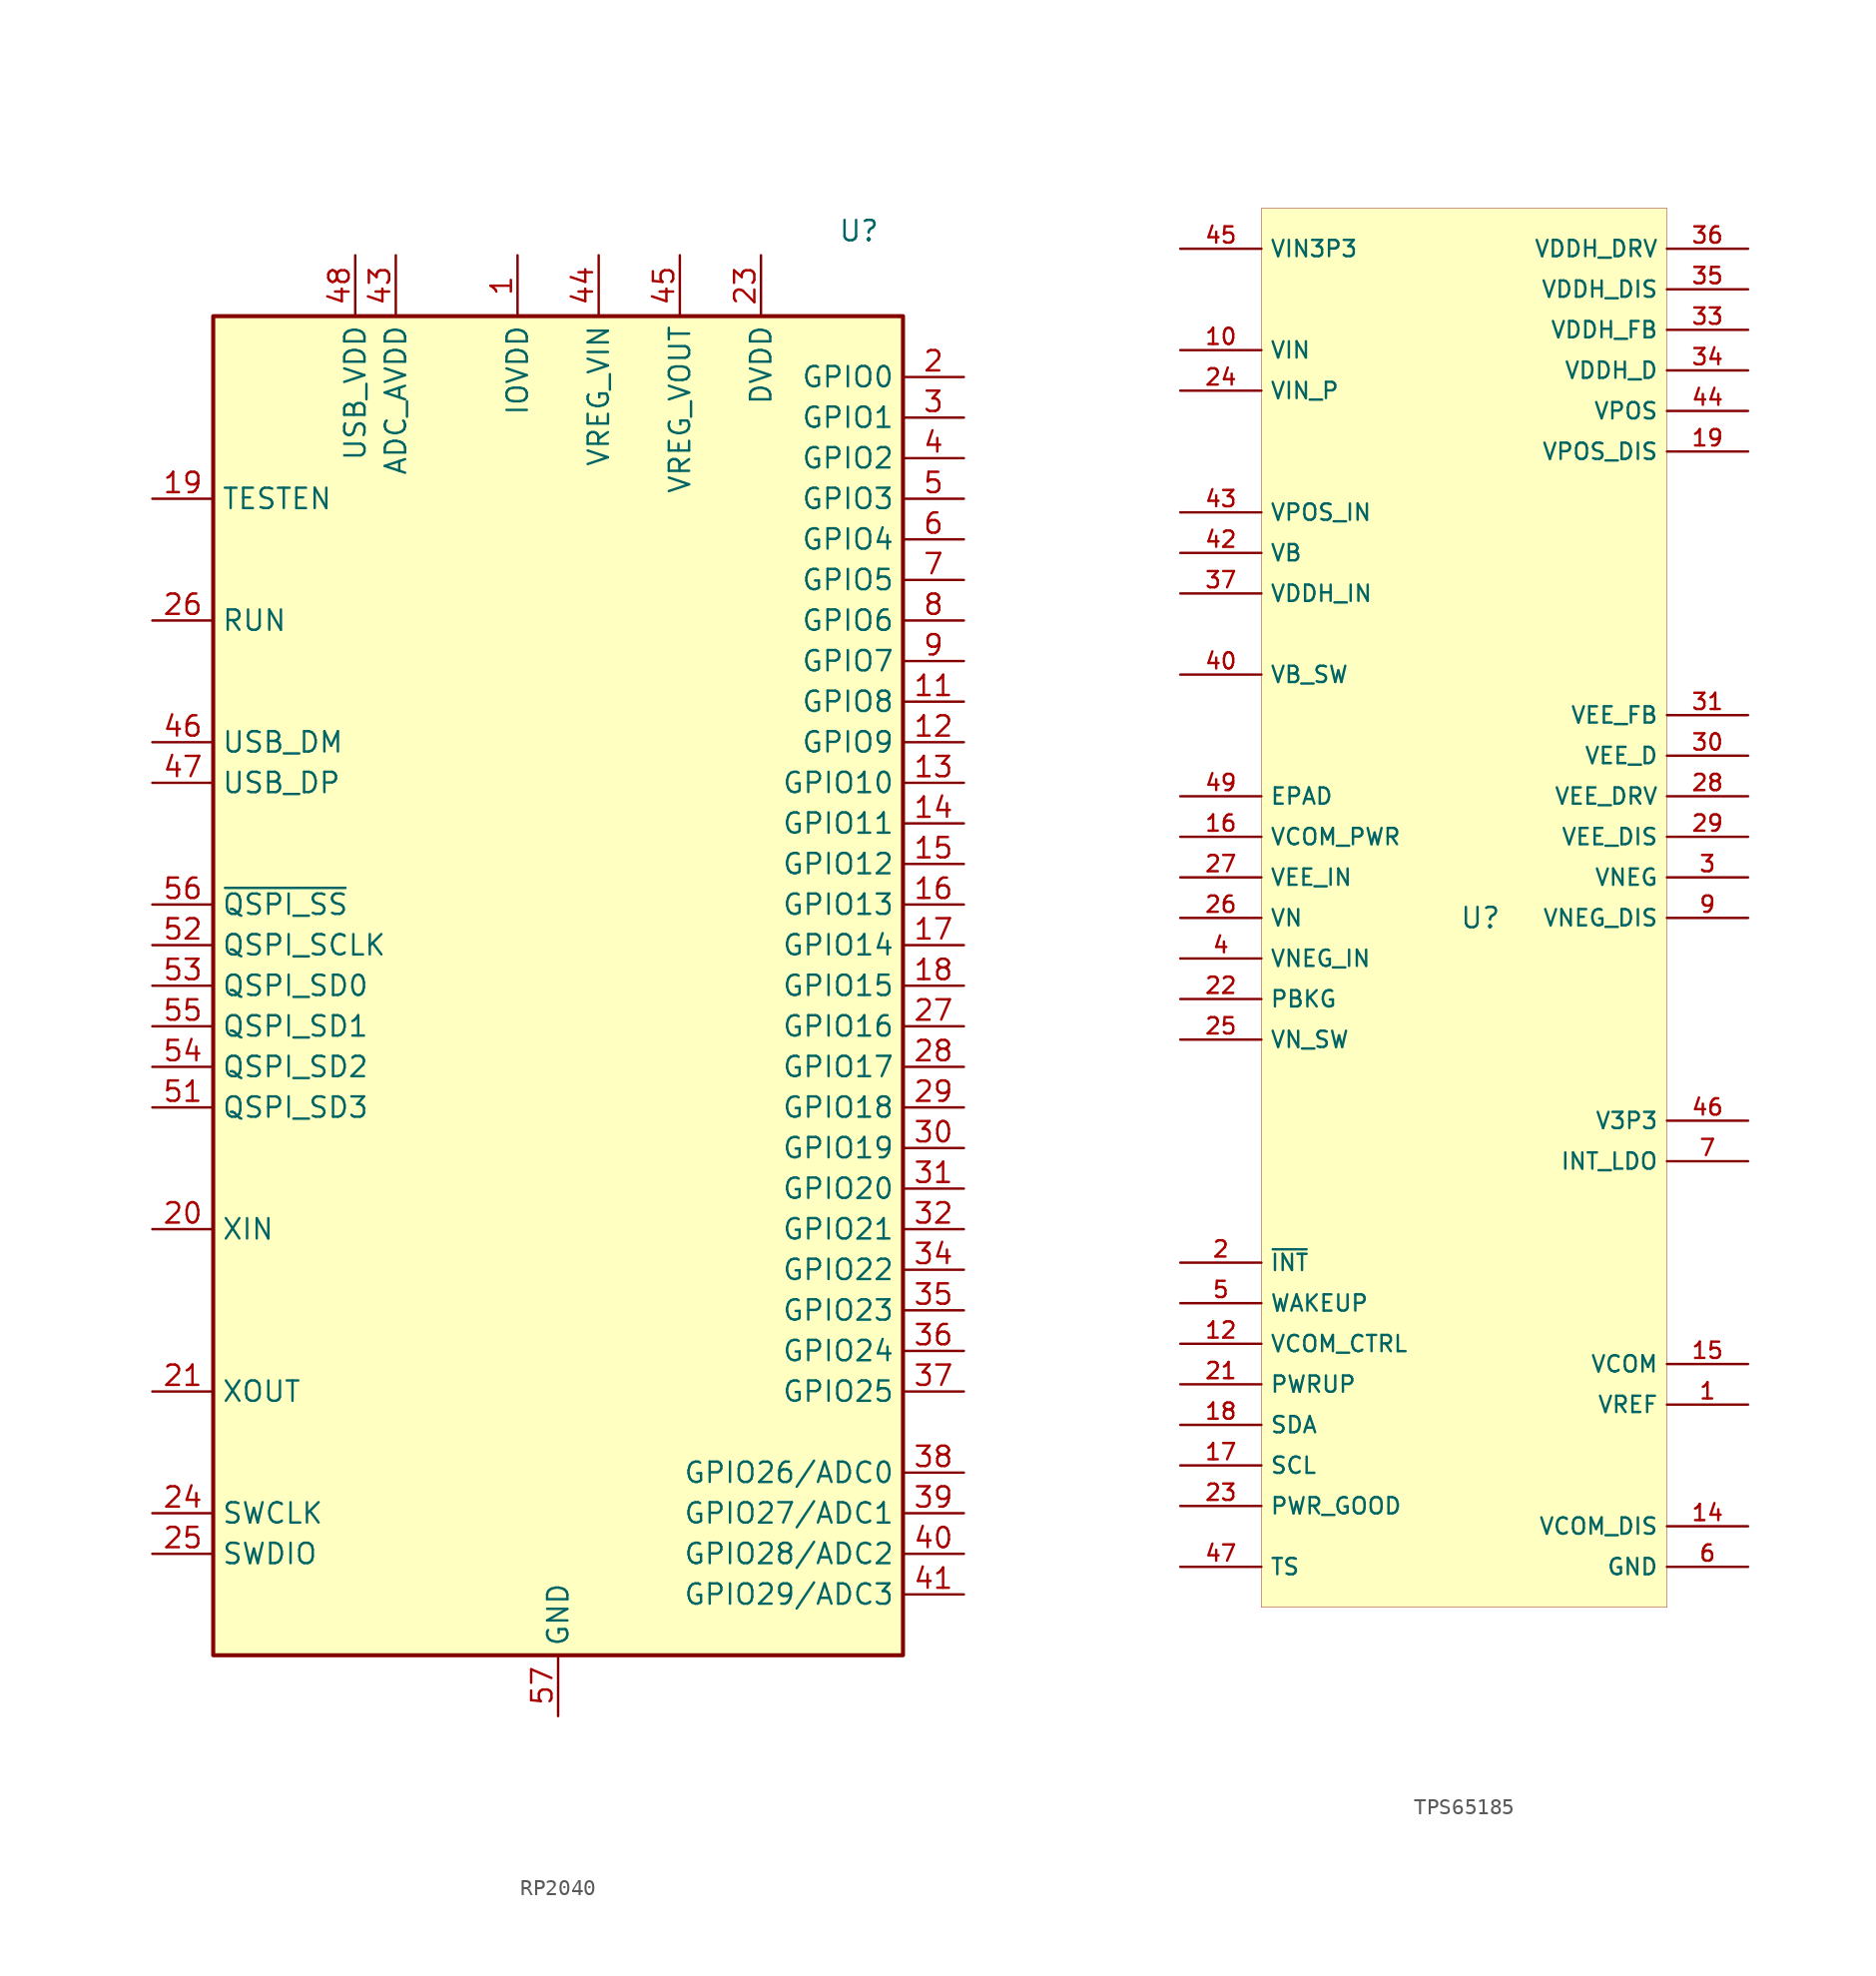
<source format=kicad_sym>
(kicad_symbol_lib
  (version 20241209)
  (generator "kicad_symbol_editor")
  (generator_version "9.0")
  (symbol "RP2040"
    (property "Reference" "U"
      (at 17.526 47.244 0)
      (effects (font (size 1.27 1.27)) (justify left)))
    (property "Value" ""
      (at 17.526 44.704 0)
      (effects (font (size 1.27 1.27)) (justify left)))
    (symbol "RP2040_0_1"
      (rectangle (start -21.59 41.91) (end 21.59 -41.91) (stroke (width 0.254) (type default)) (fill (type background))))
    (symbol "RP2040_1_1"
      (pin input line (at -25.4 30.48 0) (length 3.81) (name "TESTEN" (effects (font (size 1.27 1.27)))) (number "19" (effects (font (size 1.27 1.27)))))
      (pin input line (at -25.4 22.86 0) (length 3.81) (name "RUN" (effects (font (size 1.27 1.27)))) (number "26" (effects (font (size 1.27 1.27)))))
      (pin bidirectional line (at -25.4 15.24 0) (length 3.81) (name "USB_DM" (effects (font (size 1.27 1.27)))) (number "46" (effects (font (size 1.27 1.27)))))
      (pin bidirectional line (at -25.4 12.7 0) (length 3.81) (name "USB_DP" (effects (font (size 1.27 1.27)))) (number "47" (effects (font (size 1.27 1.27)))))
      (pin output line (at -25.4 5.08 0) (length 3.81) (name "~{QSPI_SS}" (effects (font (size 1.27 1.27)))) (number "56" (effects (font (size 1.27 1.27)))))
      (pin output line (at -25.4 2.54 0) (length 3.81) (name "QSPI_SCLK" (effects (font (size 1.27 1.27)))) (number "52" (effects (font (size 1.27 1.27)))))
      (pin bidirectional line (at -25.4 0 0) (length 3.81) (name "QSPI_SD0" (effects (font (size 1.27 1.27)))) (number "53" (effects (font (size 1.27 1.27)))))
      (pin bidirectional line (at -25.4 -2.54 0) (length 3.81) (name "QSPI_SD1" (effects (font (size 1.27 1.27)))) (number "55" (effects (font (size 1.27 1.27)))))
      (pin bidirectional line (at -25.4 -5.08 0) (length 3.81) (name "QSPI_SD2" (effects (font (size 1.27 1.27)))) (number "54" (effects (font (size 1.27 1.27)))))
      (pin bidirectional line (at -25.4 -7.62 0) (length 3.81) (name "QSPI_SD3" (effects (font (size 1.27 1.27)))) (number "51" (effects (font (size 1.27 1.27)))))
      (pin input line (at -25.4 -15.24 0) (length 3.81) (name "XIN" (effects (font (size 1.27 1.27)))) (number "20" (effects (font (size 1.27 1.27)))))
      (pin output line (at -25.4 -25.4 0) (length 3.81) (name "XOUT" (effects (font (size 1.27 1.27)))) (number "21" (effects (font (size 1.27 1.27)))))
      (pin input line (at -25.4 -33.02 0) (length 3.81) (name "SWCLK" (effects (font (size 1.27 1.27)))) (number "24" (effects (font (size 1.27 1.27)))))
      (pin bidirectional line (at -25.4 -35.56 0) (length 3.81) (name "SWDIO" (effects (font (size 1.27 1.27)))) (number "25" (effects (font (size 1.27 1.27)))))
      (pin power_in line (at -12.7 45.72 270) (length 3.81) (name "USB_VDD" (effects (font (size 1.27 1.27)))) (number "48" (effects (font (size 1.27 1.27)))))
      (pin power_in line (at -10.16 45.72 270) (length 3.81) (name "ADC_AVDD" (effects (font (size 1.27 1.27)))) (number "43" (effects (font (size 1.27 1.27)))))
      (pin power_in line (at -2.54 45.72 270) (length 3.81) (name "IOVDD" (effects (font (size 1.27 1.27)))) (number "1" (effects (font (size 1.27 1.27)))))
      (pin passive line (at -2.54 45.72 270) (length 3.81) (hide yes) (name "IOVDD" (effects (font (size 1.27 1.27)))) (number "10" (effects (font (size 1.27 1.27)))))
      (pin passive line (at -2.54 45.72 270) (length 3.81) (hide yes) (name "IOVDD" (effects (font (size 1.27 1.27)))) (number "22" (effects (font (size 1.27 1.27)))))
      (pin passive line (at -2.54 45.72 270) (length 3.81) (hide yes) (name "IOVDD" (effects (font (size 1.27 1.27)))) (number "33" (effects (font (size 1.27 1.27)))))
      (pin passive line (at -2.54 45.72 270) (length 3.81) (hide yes) (name "IOVDD" (effects (font (size 1.27 1.27)))) (number "42" (effects (font (size 1.27 1.27)))))
      (pin passive line (at -2.54 45.72 270) (length 3.81) (hide yes) (name "IOVDD" (effects (font (size 1.27 1.27)))) (number "49" (effects (font (size 1.27 1.27)))))
      (pin power_in line (at 0 -45.72 90) (length 3.81) (name "GND" (effects (font (size 1.27 1.27)))) (number "57" (effects (font (size 1.27 1.27)))))
      (pin power_in line (at 2.54 45.72 270) (length 3.81) (name "VREG_VIN" (effects (font (size 1.27 1.27)))) (number "44" (effects (font (size 1.27 1.27)))))
      (pin power_out line (at 7.62 45.72 270) (length 3.81) (name "VREG_VOUT" (effects (font (size 1.27 1.27)))) (number "45" (effects (font (size 1.27 1.27)))))
      (pin power_in line (at 12.7 45.72 270) (length 3.81) (name "DVDD" (effects (font (size 1.27 1.27)))) (number "23" (effects (font (size 1.27 1.27)))))
      (pin passive line (at 12.7 45.72 270) (length 3.81) (hide yes) (name "DVDD" (effects (font (size 1.27 1.27)))) (number "50" (effects (font (size 1.27 1.27)))))
      (pin bidirectional line (at 25.4 38.1 180) (length 3.81) (name "GPIO0" (effects (font (size 1.27 1.27)))) (number "2" (effects (font (size 1.27 1.27)))))
      (pin bidirectional line (at 25.4 35.56 180) (length 3.81) (name "GPIO1" (effects (font (size 1.27 1.27)))) (number "3" (effects (font (size 1.27 1.27)))))
      (pin bidirectional line (at 25.4 33.02 180) (length 3.81) (name "GPIO2" (effects (font (size 1.27 1.27)))) (number "4" (effects (font (size 1.27 1.27)))))
      (pin bidirectional line (at 25.4 30.48 180) (length 3.81) (name "GPIO3" (effects (font (size 1.27 1.27)))) (number "5" (effects (font (size 1.27 1.27)))))
      (pin bidirectional line (at 25.4 27.94 180) (length 3.81) (name "GPIO4" (effects (font (size 1.27 1.27)))) (number "6" (effects (font (size 1.27 1.27)))))
      (pin bidirectional line (at 25.4 25.4 180) (length 3.81) (name "GPIO5" (effects (font (size 1.27 1.27)))) (number "7" (effects (font (size 1.27 1.27)))))
      (pin bidirectional line (at 25.4 22.86 180) (length 3.81) (name "GPIO6" (effects (font (size 1.27 1.27)))) (number "8" (effects (font (size 1.27 1.27)))))
      (pin bidirectional line (at 25.4 20.32 180) (length 3.81) (name "GPIO7" (effects (font (size 1.27 1.27)))) (number "9" (effects (font (size 1.27 1.27)))))
      (pin bidirectional line (at 25.4 17.78 180) (length 3.81) (name "GPIO8" (effects (font (size 1.27 1.27)))) (number "11" (effects (font (size 1.27 1.27)))))
      (pin bidirectional line (at 25.4 15.24 180) (length 3.81) (name "GPIO9" (effects (font (size 1.27 1.27)))) (number "12" (effects (font (size 1.27 1.27)))))
      (pin bidirectional line (at 25.4 12.7 180) (length 3.81) (name "GPIO10" (effects (font (size 1.27 1.27)))) (number "13" (effects (font (size 1.27 1.27)))))
      (pin bidirectional line (at 25.4 10.16 180) (length 3.81) (name "GPIO11" (effects (font (size 1.27 1.27)))) (number "14" (effects (font (size 1.27 1.27)))))
      (pin bidirectional line (at 25.4 7.62 180) (length 3.81) (name "GPIO12" (effects (font (size 1.27 1.27)))) (number "15" (effects (font (size 1.27 1.27)))))
      (pin bidirectional line (at 25.4 5.08 180) (length 3.81) (name "GPIO13" (effects (font (size 1.27 1.27)))) (number "16" (effects (font (size 1.27 1.27)))))
      (pin bidirectional line (at 25.4 2.54 180) (length 3.81) (name "GPIO14" (effects (font (size 1.27 1.27)))) (number "17" (effects (font (size 1.27 1.27)))))
      (pin bidirectional line (at 25.4 0 180) (length 3.81) (name "GPIO15" (effects (font (size 1.27 1.27)))) (number "18" (effects (font (size 1.27 1.27)))))
      (pin bidirectional line (at 25.4 -2.54 180) (length 3.81) (name "GPIO16" (effects (font (size 1.27 1.27)))) (number "27" (effects (font (size 1.27 1.27)))))
      (pin bidirectional line (at 25.4 -5.08 180) (length 3.81) (name "GPIO17" (effects (font (size 1.27 1.27)))) (number "28" (effects (font (size 1.27 1.27)))))
      (pin bidirectional line (at 25.4 -7.62 180) (length 3.81) (name "GPIO18" (effects (font (size 1.27 1.27)))) (number "29" (effects (font (size 1.27 1.27)))))
      (pin bidirectional line (at 25.4 -10.16 180) (length 3.81) (name "GPIO19" (effects (font (size 1.27 1.27)))) (number "30" (effects (font (size 1.27 1.27)))))
      (pin bidirectional line (at 25.4 -12.7 180) (length 3.81) (name "GPIO20" (effects (font (size 1.27 1.27)))) (number "31" (effects (font (size 1.27 1.27)))))
      (pin bidirectional line (at 25.4 -15.24 180) (length 3.81) (name "GPIO21" (effects (font (size 1.27 1.27)))) (number "32" (effects (font (size 1.27 1.27)))))
      (pin bidirectional line (at 25.4 -17.78 180) (length 3.81) (name "GPIO22" (effects (font (size 1.27 1.27)))) (number "34" (effects (font (size 1.27 1.27)))))
      (pin bidirectional line (at 25.4 -20.32 180) (length 3.81) (name "GPIO23" (effects (font (size 1.27 1.27)))) (number "35" (effects (font (size 1.27 1.27)))))
      (pin bidirectional line (at 25.4 -22.86 180) (length 3.81) (name "GPIO24" (effects (font (size 1.27 1.27)))) (number "36" (effects (font (size 1.27 1.27)))))
      (pin bidirectional line (at 25.4 -25.4 180) (length 3.81) (name "GPIO25" (effects (font (size 1.27 1.27)))) (number "37" (effects (font (size 1.27 1.27)))))
      (pin bidirectional line (at 25.4 -30.48 180) (length 3.81) (name "GPIO26/ADC0" (effects (font (size 1.27 1.27)))) (number "38" (effects (font (size 1.27 1.27)))))
      (pin bidirectional line (at 25.4 -33.02 180) (length 3.81) (name "GPIO27/ADC1" (effects (font (size 1.27 1.27)))) (number "39" (effects (font (size 1.27 1.27)))))
      (pin bidirectional line (at 25.4 -35.56 180) (length 3.81) (name "GPIO28/ADC2" (effects (font (size 1.27 1.27)))) (number "40" (effects (font (size 1.27 1.27)))))
      (pin bidirectional line (at 25.4 -38.1 180) (length 3.81) (name "GPIO29/ADC3" (effects (font (size 1.27 1.27)))) (number "41" (effects (font (size 1.27 1.27)))))))
  (symbol "TPS65185"
    (property "Reference" "U"
      (at 1.016 0 0)
      (effects (font (size 1.27 1.27))))
    (property "Value" ""
      (at 0 0 0)
      (effects (font (size 1.27 1.27))))
    (symbol "TPS65185_0_0"
      (pin input line (at -17.78 41.91 0) (length 5.08) (name "VIN3P3" (effects (font (size 1.016 1.016)))) (number "45" (effects (font (size 1.016 1.016)))))
      (pin input line (at -17.78 35.56 0) (length 5.08) (name "VIN" (effects (font (size 1.016 1.016)))) (number "10" (effects (font (size 1.016 1.016)))))
      (pin input line (at -17.78 33.02 0) (length 5.08) (name "VIN_P" (effects (font (size 1.016 1.016)))) (number "24" (effects (font (size 1.016 1.016)))))
      (pin input line (at -17.78 25.4 0) (length 5.08) (name "VPOS_IN" (effects (font (size 1.016 1.016)))) (number "43" (effects (font (size 1.016 1.016)))))
      (pin input line (at -17.78 22.86 0) (length 5.08) (name "VB" (effects (font (size 1.016 1.016)))) (number "42" (effects (font (size 1.016 1.016)))))
      (pin input line (at -17.78 20.32 0) (length 5.08) (name "VDDH_IN" (effects (font (size 1.016 1.016)))) (number "37" (effects (font (size 1.016 1.016)))))
      (pin output line (at -17.78 15.24 0) (length 5.08) (name "VB_SW" (effects (font (size 1.016 1.016)))) (number "40" (effects (font (size 1.016 1.016)))))
      (pin input line (at -17.78 5.08 0) (length 5.08) (name "VCOM_PWR" (effects (font (size 1.016 1.016)))) (number "16" (effects (font (size 1.016 1.016)))))
      (pin input line (at -17.78 2.54 0) (length 5.08) (name "VEE_IN" (effects (font (size 1.016 1.016)))) (number "27" (effects (font (size 1.016 1.016)))))
      (pin input line (at -17.78 0 0) (length 5.08) (name "VN" (effects (font (size 1.016 1.016)))) (number "26" (effects (font (size 1.016 1.016)))))
      (pin input line (at -17.78 -2.54 0) (length 5.08) (name "VNEG_IN" (effects (font (size 1.016 1.016)))) (number "4" (effects (font (size 1.016 1.016)))))
      (pin bidirectional line (at -17.78 -5.08 0) (length 5.08) (name "PBKG" (effects (font (size 1.016 1.016)))) (number "22" (effects (font (size 1.016 1.016)))))
      (pin output line (at -17.78 -7.62 0) (length 5.08) (name "VN_SW" (effects (font (size 1.016 1.016)))) (number "25" (effects (font (size 1.016 1.016)))))
      (pin output line (at -17.78 -21.59 0) (length 5.08) (name "~{INT}" (effects (font (size 1.016 1.016)))) (number "2" (effects (font (size 1.016 1.016)))))
      (pin input line (at -17.78 -24.13 0) (length 5.08) (name "WAKEUP" (effects (font (size 1.016 1.016)))) (number "5" (effects (font (size 1.016 1.016)))))
      (pin input line (at -17.78 -26.67 0) (length 5.08) (name "VCOM_CTRL" (effects (font (size 1.016 1.016)))) (number "12" (effects (font (size 1.016 1.016)))))
      (pin input line (at -17.78 -29.21 0) (length 5.08) (name "PWRUP" (effects (font (size 1.016 1.016)))) (number "21" (effects (font (size 1.016 1.016)))))
      (pin bidirectional line (at -17.78 -31.75 0) (length 5.08) (name "SDA" (effects (font (size 1.016 1.016)))) (number "18" (effects (font (size 1.016 1.016)))))
      (pin input line (at -17.78 -34.29 0) (length 5.08) (name "SCL" (effects (font (size 1.016 1.016)))) (number "17" (effects (font (size 1.016 1.016)))))
      (pin output line (at -17.78 -36.83 0) (length 5.08) (name "PWR_GOOD" (effects (font (size 1.016 1.016)))) (number "23" (effects (font (size 1.016 1.016)))))
      (pin input line (at -17.78 -40.64 0) (length 5.08) (name "TS" (effects (font (size 1.016 1.016)))) (number "47" (effects (font (size 1.016 1.016)))))
      (pin output line (at 17.78 41.91 180) (length 5.08) (name "VDDH_DRV" (effects (font (size 1.016 1.016)))) (number "36" (effects (font (size 1.016 1.016)))))
      (pin input line (at 17.78 39.37 180) (length 5.08) (name "VDDH_DIS" (effects (font (size 1.016 1.016)))) (number "35" (effects (font (size 1.016 1.016)))))
      (pin input line (at 17.78 36.83 180) (length 5.08) (name "VDDH_FB" (effects (font (size 1.016 1.016)))) (number "33" (effects (font (size 1.016 1.016)))))
      (pin output line (at 17.78 34.29 180) (length 5.08) (name "VDDH_D" (effects (font (size 1.016 1.016)))) (number "34" (effects (font (size 1.016 1.016)))))
      (pin output line (at 17.78 31.75 180) (length 5.08) (name "VPOS" (effects (font (size 1.016 1.016)))) (number "44" (effects (font (size 1.016 1.016)))))
      (pin input line (at 17.78 29.21 180) (length 5.08) (name "VPOS_DIS" (effects (font (size 1.016 1.016)))) (number "19" (effects (font (size 1.016 1.016)))))
      (pin input line (at 17.78 12.7 180) (length 5.08) (name "VEE_FB" (effects (font (size 1.016 1.016)))) (number "31" (effects (font (size 1.016 1.016)))))
      (pin output line (at 17.78 10.16 180) (length 5.08) (name "VEE_D" (effects (font (size 1.016 1.016)))) (number "30" (effects (font (size 1.016 1.016)))))
      (pin output line (at 17.78 7.62 180) (length 5.08) (name "VEE_DRV" (effects (font (size 1.016 1.016)))) (number "28" (effects (font (size 1.016 1.016)))))
      (pin input line (at 17.78 5.08 180) (length 5.08) (name "VEE_DIS" (effects (font (size 1.016 1.016)))) (number "29" (effects (font (size 1.016 1.016)))))
      (pin output line (at 17.78 2.54 180) (length 5.08) (name "VNEG" (effects (font (size 1.016 1.016)))) (number "3" (effects (font (size 1.016 1.016)))))
      (pin output line (at 17.78 0 180) (length 5.08) (name "VNEG_DIS" (effects (font (size 1.016 1.016)))) (number "9" (effects (font (size 1.016 1.016)))))
      (pin output line (at 17.78 -12.7 180) (length 5.08) (name "V3P3" (effects (font (size 1.016 1.016)))) (number "46" (effects (font (size 1.016 1.016)))))
      (pin output line (at 17.78 -15.24 180) (length 5.08) (name "INT_LDO" (effects (font (size 1.016 1.016)))) (number "7" (effects (font (size 1.016 1.016)))))
      (pin output line (at 17.78 -27.94 180) (length 5.08) (name "VCOM" (effects (font (size 1.016 1.016)))) (number "15" (effects (font (size 1.016 1.016)))))
      (pin output line (at 17.78 -30.48 180) (length 5.08) (name "VREF" (effects (font (size 1.016 1.016)))) (number "1" (effects (font (size 1.016 1.016)))))
      (pin input line (at 17.78 -38.1 180) (length 5.08) (name "VCOM_DIS" (effects (font (size 1.016 1.016)))) (number "14" (effects (font (size 1.016 1.016))))))
    (symbol "TPS65185_1_0"
      (rectangle (start -12.7 44.45) (end 12.7 -43.18) (stroke (width 0.025) (type solid)) (fill (type background)))
      (pin power_in line (at -17.78 7.62 0) (length 5.08) (name "EPAD" (effects (font (size 1.016 1.016)))) (number "49" (effects (font (size 1.016 1.016)))))
      (pin no_connect line (at 5.08 -45.72 90) (length 2.54) (hide yes) (name "NC" (effects (font (size 1.27 1.27)))) (number "11" (effects (font (size 1.27 1.27)))))
      (pin no_connect line (at 5.08 -45.72 90) (length 2.54) (hide yes) (name "NC" (effects (font (size 1.27 1.27)))) (number "13" (effects (font (size 1.27 1.27)))))
      (pin no_connect line (at 5.08 -45.72 90) (length 2.54) (hide yes) (name "NC" (effects (font (size 1.27 1.27)))) (number "20" (effects (font (size 1.27 1.27)))))
      (pin no_connect line (at 5.08 -45.72 90) (length 2.54) (hide yes) (name "NC" (effects (font (size 1.27 1.27)))) (number "38" (effects (font (size 1.27 1.27)))))
      (pin no_connect line (at 5.08 -45.72 90) (length 2.54) (hide yes) (name "NC" (effects (font (size 1.27 1.27)))) (number "39" (effects (font (size 1.27 1.27)))))
      (pin power_in line (at 17.78 -40.64 180) (length 5.08) (hide yes) (name "PGND2" (effects (font (size 1.016 1.016)))) (number "32" (effects (font (size 1.016 1.016)))))
      (pin power_in line (at 17.78 -40.64 180) (length 5.08) (hide yes) (name "PGDN1" (effects (font (size 1.016 1.016)))) (number "41" (effects (font (size 1.016 1.016)))))
      (pin power_in line (at 17.78 -40.64 180) (length 5.08) (hide yes) (name "AGND2" (effects (font (size 1.016 1.016)))) (number "48" (effects (font (size 1.016 1.016)))))
      (pin power_in line (at 17.78 -40.64 180) (length 5.08) (name "GND" (effects (font (size 1.016 1.016)))) (number "6" (effects (font (size 1.016 1.016)))))
      (pin power_in line (at 17.78 -40.64 180) (length 5.08) (hide yes) (name "AGND1" (effects (font (size 1.016 1.016)))) (number "8" (effects (font (size 1.016 1.016))))))))
</source>
